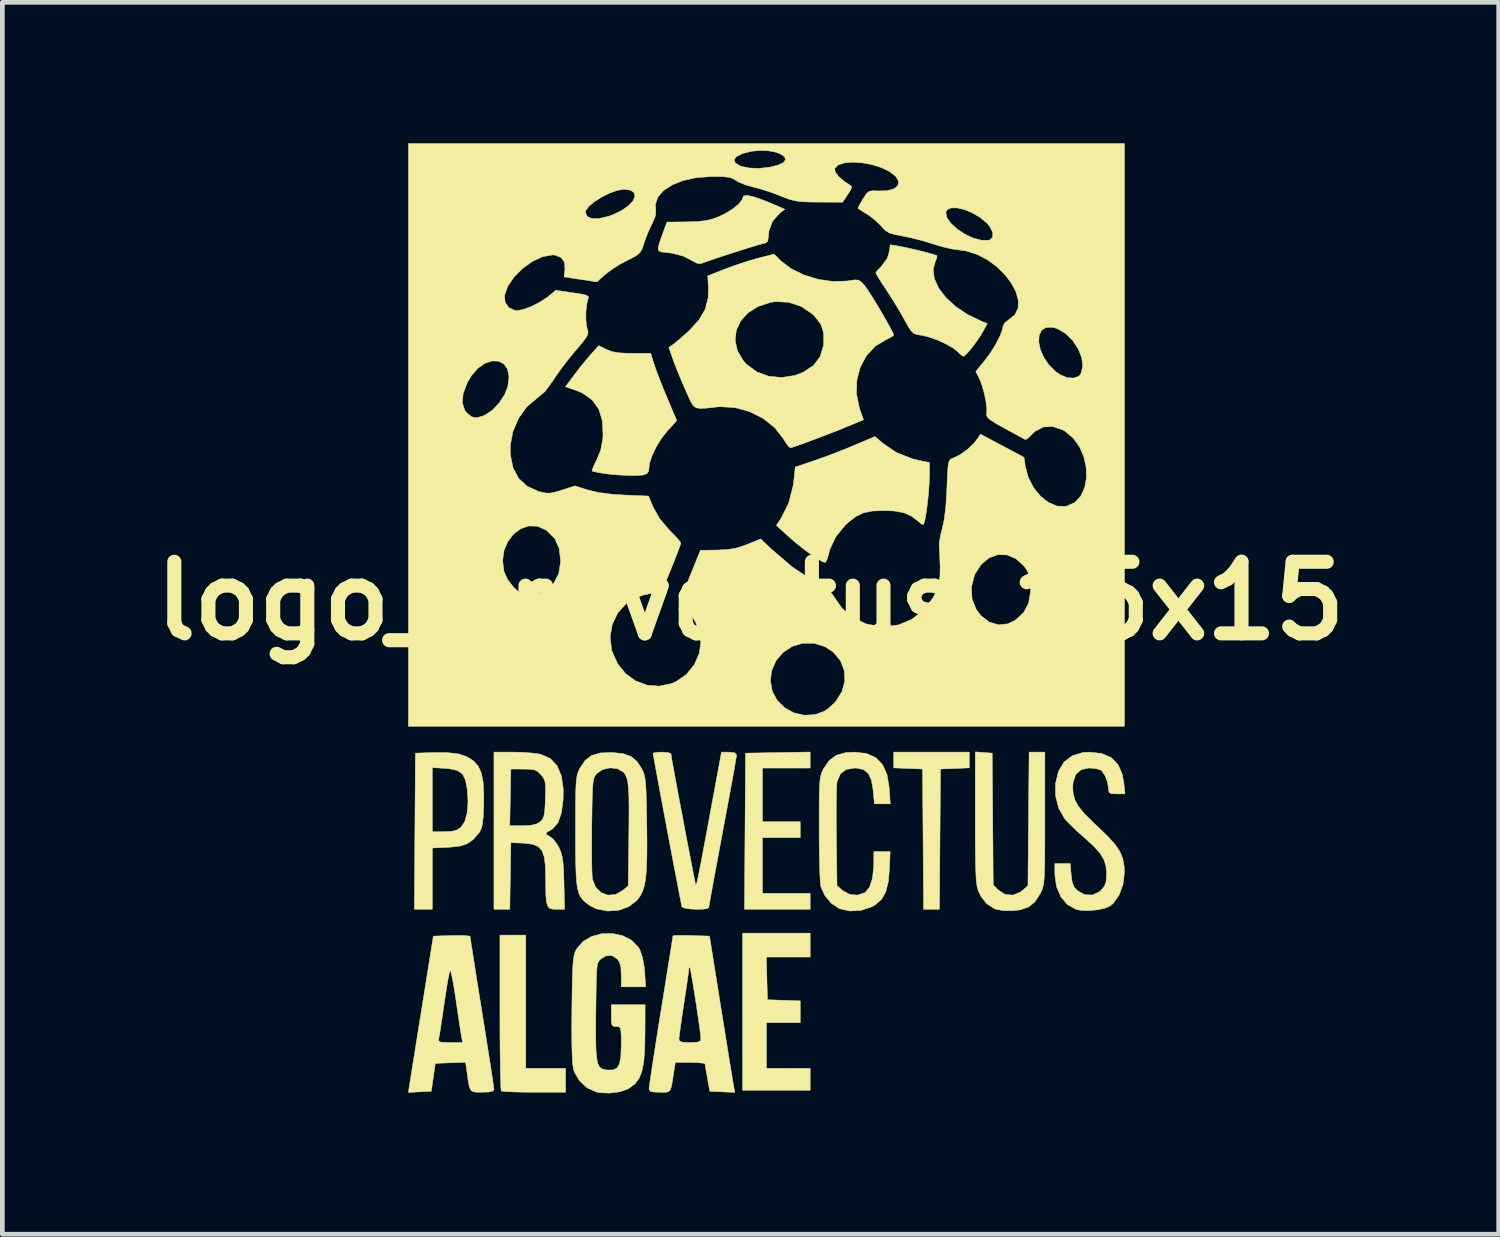
<source format=kicad_pcb>
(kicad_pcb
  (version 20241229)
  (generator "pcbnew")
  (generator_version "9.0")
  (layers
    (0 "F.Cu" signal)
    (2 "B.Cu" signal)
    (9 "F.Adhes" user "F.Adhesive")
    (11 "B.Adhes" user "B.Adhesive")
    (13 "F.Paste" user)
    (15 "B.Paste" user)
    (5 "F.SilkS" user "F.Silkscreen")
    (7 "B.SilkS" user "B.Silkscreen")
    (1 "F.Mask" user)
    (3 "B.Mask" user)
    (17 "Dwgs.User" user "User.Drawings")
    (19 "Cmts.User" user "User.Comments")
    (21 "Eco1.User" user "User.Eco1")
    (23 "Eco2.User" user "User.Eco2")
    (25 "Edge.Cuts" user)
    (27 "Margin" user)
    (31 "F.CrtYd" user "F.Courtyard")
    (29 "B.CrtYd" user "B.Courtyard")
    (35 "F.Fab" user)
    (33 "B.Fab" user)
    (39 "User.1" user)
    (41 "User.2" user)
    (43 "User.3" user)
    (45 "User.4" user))
  (footprint "logo_provectus_15x15"
    (layer "F.Cu")
    (at 12.925 9.742)
    (property "Reference" "logo_provectus_15x15" (at 0 0 0) (layer "F.SilkS") (effects (font (size 1.524 1.524) (thickness 0.3))))
    (attr through_hole)
    (fp_poly (pts (xy 4.657 3.552) (xy 4.35 3.565) (xy 4.043 3.577) (xy 4.021 6.562) (xy 3.684 6.562) (xy 3.673 5.069) (xy 3.662 3.577) (xy 3.048 3.552) (xy 3.048 3.217) (xy 4.657 3.217) (xy 4.657 3.552)) (stroke (width 0.01) (type solid)) (fill yes) (layer "F.SilkS"))
    (fp_poly (pts (xy 1.27 7.578) (xy 0.336 7.578) (xy 0.348 8.033) (xy 0.36 8.488) (xy 1.058 8.512) (xy 1.058 8.975) (xy 0.339 8.975) (xy 0.339 9.948) (xy 1.27 9.948) (xy 1.27 10.414) (xy -0.169 10.414) (xy -0.169 7.07) (xy 1.27 7.07) (xy 1.27 7.578)) (stroke (width 0.01) (type solid)) (fill yes) (layer "F.SilkS"))
    (fp_poly (pts (xy 1.27 3.556) (xy 0.254 3.556) (xy 0.254 4.699) (xy 1.058 4.699) (xy 1.058 5.038) (xy 0.254 5.038) (xy 0.254 6.223) (xy 1.27 6.223) (xy 1.27 6.562) (xy -0.128 6.562) (xy -0.117 4.9) (xy -0.106 3.239) (xy 0.582 3.227) (xy 1.27 3.215) (xy 1.27 3.556)) (stroke (width 0.01) (type solid)) (fill yes) (layer "F.SilkS"))
    (fp_poly (pts (xy -4.784 9.948) (xy -3.937 9.948) (xy -3.937 10.456) (xy -4.607 10.456) (xy -4.837 10.455) (xy -5.037 10.45) (xy -5.191 10.443) (xy -5.285 10.434) (xy -5.306 10.428) (xy -5.312 10.381) (xy -5.318 10.258) (xy -5.323 10.07) (xy -5.327 9.824) (xy -5.331 9.531) (xy -5.333 9.2) (xy -5.334 8.841) (xy -5.334 8.756) (xy -5.334 7.112) (xy -4.784 7.112) (xy -4.784 9.948)) (stroke (width 0.01) (type solid)) (fill yes) (layer "F.SilkS"))
    (fp_poly (pts (xy 4.964 3.225) (xy 5.144 3.239) (xy 5.155 4.641) (xy 5.166 6.043) (xy 5.277 6.154) (xy 5.422 6.247) (xy 5.583 6.261) (xy 5.743 6.197) (xy 5.787 6.163) (xy 5.905 6.061) (xy 5.93 3.217) (xy 6.265 3.217) (xy 6.265 4.627) (xy 6.265 5.01) (xy 6.264 5.318) (xy 6.262 5.56) (xy 6.258 5.747) (xy 6.252 5.888) (xy 6.242 5.992) (xy 6.229 6.069) (xy 6.212 6.129) (xy 6.19 6.182) (xy 6.17 6.222) (xy 6.055 6.402) (xy 5.917 6.515) (xy 5.736 6.575) (xy 5.577 6.592) (xy 5.378 6.589) (xy 5.222 6.561) (xy 5.186 6.547) (xy 5.026 6.443) (xy 4.906 6.289) (xy 4.849 6.17) (xy 4.83 6.114) (xy 4.816 6.036) (xy 4.804 5.927) (xy 4.796 5.78) (xy 4.79 5.583) (xy 4.786 5.329) (xy 4.784 5.009) (xy 4.784 4.613) (xy 4.784 3.212) (xy 4.964 3.225)) (stroke (width 0.01) (type solid)) (fill yes) (layer "F.SilkS"))
    (fp_poly (pts (xy 0.082 -8.599) (xy 0.29 -8.525) (xy 0.524 -8.428) (xy 0.73 -8.338) (xy 0.618 -8.251) (xy 0.471 -8.085) (xy 0.392 -7.881) (xy 0.381 -7.77) (xy 0.368 -7.66) (xy 0.325 -7.621) (xy 0.317 -7.62) (xy 0.262 -7.607) (xy 0.143 -7.573) (xy -0.023 -7.523) (xy -0.219 -7.461) (xy -0.43 -7.394) (xy -0.638 -7.326) (xy -0.826 -7.263) (xy -0.979 -7.21) (xy -1.058 -7.181) (xy -1.135 -7.187) (xy -1.228 -7.235) (xy -1.424 -7.338) (xy -1.669 -7.403) (xy -1.809 -7.419) (xy -1.898 -7.428) (xy -1.95 -7.45) (xy -1.966 -7.5) (xy -1.948 -7.592) (xy -1.898 -7.742) (xy -1.857 -7.853) (xy -1.779 -8.065) (xy -1.366 -8.069) (xy -1.132 -8.076) (xy -0.952 -8.097) (xy -0.796 -8.135) (xy -0.706 -8.168) (xy -0.535 -8.248) (xy -0.379 -8.345) (xy -0.255 -8.445) (xy -0.182 -8.535) (xy -0.169 -8.577) (xy -0.143 -8.624) (xy -0.06 -8.632) (xy 0.082 -8.599)) (stroke (width 0.01) (type solid)) (fill yes) (layer "F.SilkS"))
    (fp_poly (pts (xy -6.448 3.228) (xy -6.22 3.255) (xy -6.042 3.312) (xy -5.9 3.402) (xy -5.892 3.408) (xy -5.797 3.515) (xy -5.732 3.659) (xy -5.692 3.852) (xy -5.677 4.107) (xy -5.679 4.352) (xy -5.688 4.569) (xy -5.702 4.72) (xy -5.723 4.823) (xy -5.755 4.898) (xy -5.781 4.937) (xy -5.902 5.077) (xy -6.03 5.167) (xy -6.189 5.218) (xy -6.403 5.241) (xy -6.438 5.243) (xy -6.773 5.258) (xy -6.773 6.562) (xy -7.155 6.562) (xy -7.144 4.911) (xy -6.773 4.911) (xy -6.522 4.911) (xy -6.36 4.903) (xy -6.251 4.875) (xy -6.165 4.818) (xy -6.162 4.815) (xy -6.081 4.693) (xy -6.03 4.505) (xy -6.013 4.267) (xy -6.03 4.006) (xy -6.067 3.81) (xy -6.132 3.682) (xy -6.239 3.608) (xy -6.405 3.572) (xy -6.493 3.564) (xy -6.773 3.546) (xy -6.773 4.911) (xy -7.144 4.911) (xy -7.144 4.9) (xy -7.133 3.239) (xy -6.741 3.226) (xy -6.448 3.228)) (stroke (width 0.01) (type solid)) (fill yes) (layer "F.SilkS"))
    (fp_poly (pts (xy -3.066 -5.353) (xy -2.952 -5.309) (xy -2.815 -5.283) (xy -2.629 -5.272) (xy -2.513 -5.271) (xy -2.125 -5.271) (xy -2.052 -5.038) (xy -2.006 -4.904) (xy -1.935 -4.719) (xy -1.851 -4.507) (xy -1.774 -4.322) (xy -1.57 -3.839) (xy -1.777 -3.613) (xy -1.899 -3.457) (xy -2.01 -3.274) (xy -2.098 -3.09) (xy -2.15 -2.93) (xy -2.159 -2.859) (xy -2.167 -2.769) (xy -2.203 -2.712) (xy -2.28 -2.682) (xy -2.416 -2.672) (xy -2.555 -2.672) (xy -2.756 -2.679) (xy -2.959 -2.694) (xy -3.122 -2.714) (xy -3.13 -2.715) (xy -3.259 -2.738) (xy -3.349 -2.759) (xy -3.374 -2.768) (xy -3.364 -2.81) (xy -3.323 -2.904) (xy -3.272 -3.007) (xy -3.188 -3.213) (xy -3.146 -3.439) (xy -3.139 -3.523) (xy -3.152 -3.829) (xy -3.229 -4.081) (xy -3.371 -4.28) (xy -3.58 -4.427) (xy -3.724 -4.487) (xy -3.939 -4.56) (xy -3.754 -4.809) (xy -3.631 -4.969) (xy -3.498 -5.133) (xy -3.4 -5.247) (xy -3.231 -5.435) (xy -3.066 -5.353)) (stroke (width 0.01) (type solid)) (fill yes) (layer "F.SilkS"))
    (fp_poly (pts (xy 2.811 -3.361) (xy 3.104 -3.16) (xy 3.441 -3.027) (xy 3.567 -2.997) (xy 3.81 -2.946) (xy 3.809 -2.669) (xy 3.802 -2.489) (xy 3.787 -2.279) (xy 3.764 -2.064) (xy 3.738 -1.871) (xy 3.712 -1.725) (xy 3.7 -1.681) (xy 3.678 -1.629) (xy 3.644 -1.633) (xy 3.584 -1.685) (xy 3.428 -1.804) (xy 3.262 -1.879) (xy 3.059 -1.916) (xy 2.836 -1.925) (xy 2.594 -1.915) (xy 2.407 -1.877) (xy 2.246 -1.801) (xy 2.083 -1.675) (xy 2.018 -1.615) (xy 1.818 -1.372) (xy 1.688 -1.096) (xy 1.66 -0.988) (xy 1.629 -0.884) (xy 1.593 -0.824) (xy 1.586 -0.821) (xy 1.531 -0.837) (xy 1.434 -0.891) (xy 1.352 -0.944) (xy 1.13 -1.105) (xy 0.939 -1.258) (xy 0.737 -1.438) (xy 0.734 -1.441) (xy 0.55 -1.61) (xy 0.655 -1.768) (xy 0.812 -2.083) (xy 0.907 -2.453) (xy 0.924 -2.579) (xy 0.953 -2.85) (xy 1.355 -2.987) (xy 1.575 -3.065) (xy 1.831 -3.162) (xy 2.085 -3.263) (xy 2.203 -3.312) (xy 2.649 -3.501) (xy 2.811 -3.361)) (stroke (width 0.01) (type solid)) (fill yes) (layer "F.SilkS"))
    (fp_poly (pts (xy 3.149 -7.554) (xy 3.273 -7.53) (xy 3.43 -7.495) (xy 3.599 -7.455) (xy 3.758 -7.414) (xy 3.885 -7.379) (xy 3.959 -7.354) (xy 3.969 -7.348) (xy 3.965 -7.302) (xy 3.94 -7.245) (xy 3.888 -7.063) (xy 3.911 -6.866) (xy 4.002 -6.663) (xy 4.155 -6.461) (xy 4.363 -6.27) (xy 4.621 -6.097) (xy 4.921 -5.952) (xy 4.943 -5.943) (xy 5.039 -5.905) (xy 4.948 -5.736) (xy 4.876 -5.618) (xy 4.785 -5.487) (xy 4.689 -5.363) (xy 4.604 -5.265) (xy 4.544 -5.212) (xy 4.531 -5.207) (xy 4.484 -5.235) (xy 4.42 -5.298) (xy 4.313 -5.383) (xy 4.152 -5.475) (xy 3.964 -5.56) (xy 3.776 -5.625) (xy 3.637 -5.656) (xy 3.538 -5.672) (xy 3.469 -5.7) (xy 3.412 -5.757) (xy 3.348 -5.859) (xy 3.279 -5.983) (xy 3.176 -6.164) (xy 3.049 -6.375) (xy 2.92 -6.577) (xy 2.892 -6.62) (xy 2.795 -6.767) (xy 2.719 -6.888) (xy 2.674 -6.965) (xy 2.667 -6.984) (xy 2.695 -7.028) (xy 2.765 -7.104) (xy 2.795 -7.134) (xy 2.91 -7.294) (xy 2.949 -7.42) (xy 2.975 -7.583) (xy 3.149 -7.554)) (stroke (width 0.01) (type solid)) (fill yes) (layer "F.SilkS"))
    (fp_poly (pts (xy 2.463 3.245) (xy 2.663 3.332) (xy 2.809 3.48) (xy 2.905 3.694) (xy 2.952 3.976) (xy 2.954 4.005) (xy 2.974 4.318) (xy 2.637 4.318) (xy 2.611 4.036) (xy 2.575 3.818) (xy 2.509 3.673) (xy 2.406 3.589) (xy 2.257 3.557) (xy 2.215 3.556) (xy 2.037 3.586) (xy 1.915 3.679) (xy 1.846 3.836) (xy 1.841 3.861) (xy 1.835 3.942) (xy 1.83 4.093) (xy 1.826 4.303) (xy 1.825 4.556) (xy 1.826 4.839) (xy 1.828 5.031) (xy 1.841 6.061) (xy 1.96 6.163) (xy 2.112 6.246) (xy 2.28 6.261) (xy 2.435 6.207) (xy 2.444 6.201) (xy 2.535 6.089) (xy 2.595 5.905) (xy 2.623 5.659) (xy 2.624 5.577) (xy 2.625 5.334) (xy 2.972 5.334) (xy 2.957 5.704) (xy 2.932 5.981) (xy 2.879 6.191) (xy 2.791 6.347) (xy 2.661 6.463) (xy 2.581 6.509) (xy 2.358 6.584) (xy 2.119 6.599) (xy 1.9 6.552) (xy 1.882 6.544) (xy 1.719 6.434) (xy 1.583 6.271) (xy 1.5 6.086) (xy 1.494 6.063) (xy 1.485 5.978) (xy 1.477 5.822) (xy 1.47 5.608) (xy 1.464 5.35) (xy 1.461 5.061) (xy 1.461 4.826) (xy 1.461 4.495) (xy 1.462 4.237) (xy 1.466 4.041) (xy 1.472 3.895) (xy 1.482 3.789) (xy 1.497 3.71) (xy 1.517 3.648) (xy 1.544 3.591) (xy 1.558 3.565) (xy 1.677 3.393) (xy 1.826 3.284) (xy 2.021 3.229) (xy 2.206 3.217) (xy 2.463 3.245)) (stroke (width 0.01) (type solid)) (fill yes) (layer "F.SilkS"))
    (fp_poly (pts (xy -4.854 3.222) (xy -4.66 3.236) (xy -4.506 3.256) (xy -4.463 3.265) (xy -4.264 3.353) (xy -4.119 3.505) (xy -4.026 3.722) (xy -3.986 4.005) (xy -3.989 4.233) (xy -4.026 4.514) (xy -4.099 4.72) (xy -4.209 4.849) (xy -4.257 4.877) (xy -4.342 4.927) (xy -4.347 4.969) (xy -4.27 5.015) (xy -4.265 5.017) (xy -4.191 5.079) (xy -4.111 5.188) (xy -4.077 5.249) (xy -4.037 5.343) (xy -4.009 5.444) (xy -3.991 5.573) (xy -3.979 5.747) (xy -3.971 5.987) (xy -3.971 6.001) (xy -3.958 6.562) (xy -4.133 6.562) (xy -4.219 6.558) (xy -4.28 6.538) (xy -4.32 6.489) (xy -4.344 6.399) (xy -4.356 6.255) (xy -4.359 6.045) (xy -4.36 5.918) (xy -4.366 5.648) (xy -4.39 5.45) (xy -4.439 5.314) (xy -4.52 5.227) (xy -4.641 5.178) (xy -4.811 5.156) (xy -4.868 5.153) (xy -5.101 5.144) (xy -5.113 5.853) (xy -5.124 6.562) (xy -5.461 6.562) (xy -5.461 4.784) (xy -5.125 4.784) (xy -4.853 4.784) (xy -4.675 4.775) (xy -4.555 4.747) (xy -4.481 4.703) (xy -4.434 4.656) (xy -4.403 4.597) (xy -4.384 4.506) (xy -4.373 4.363) (xy -4.367 4.223) (xy -4.362 4.034) (xy -4.365 3.908) (xy -4.38 3.824) (xy -4.411 3.76) (xy -4.458 3.701) (xy -4.525 3.633) (xy -4.596 3.596) (xy -4.699 3.581) (xy -4.832 3.578) (xy -5.101 3.577) (xy -5.125 4.784) (xy -5.461 4.784) (xy -5.461 3.217) (xy -5.056 3.217) (xy -4.854 3.222)) (stroke (width 0.01) (type solid)) (fill yes) (layer "F.SilkS"))
    (fp_poly (pts (xy -0.337 3.231) (xy -0.296 3.274) (xy -0.296 3.274) (xy -0.304 3.328) (xy -0.326 3.455) (xy -0.359 3.646) (xy -0.404 3.892) (xy -0.457 4.183) (xy -0.518 4.51) (xy -0.584 4.863) (xy -0.593 4.911) (xy -0.659 5.266) (xy -0.72 5.595) (xy -0.775 5.888) (xy -0.82 6.137) (xy -0.856 6.333) (xy -0.879 6.464) (xy -0.889 6.524) (xy -0.889 6.526) (xy -0.927 6.549) (xy -1.022 6.561) (xy -1.148 6.563) (xy -1.28 6.556) (xy -1.391 6.54) (xy -1.454 6.516) (xy -1.46 6.509) (xy -1.471 6.458) (xy -1.495 6.335) (xy -1.531 6.152) (xy -1.575 5.919) (xy -1.627 5.648) (xy -1.684 5.349) (xy -1.744 5.033) (xy -1.804 4.712) (xy -1.863 4.397) (xy -1.919 4.098) (xy -1.969 3.827) (xy -2.012 3.595) (xy -2.045 3.413) (xy -2.067 3.292) (xy -2.074 3.243) (xy -2.074 3.243) (xy -2.036 3.228) (xy -1.941 3.218) (xy -1.884 3.217) (xy -1.77 3.224) (xy -1.702 3.243) (xy -1.693 3.253) (xy -1.686 3.305) (xy -1.665 3.428) (xy -1.632 3.608) (xy -1.591 3.835) (xy -1.542 4.096) (xy -1.489 4.379) (xy -1.433 4.674) (xy -1.378 4.968) (xy -1.324 5.248) (xy -1.274 5.505) (xy -1.232 5.724) (xy -1.198 5.895) (xy -1.175 6.007) (xy -1.165 6.046) (xy -1.158 6.043) (xy -1.149 6.019) (xy -1.135 5.966) (xy -1.115 5.878) (xy -1.089 5.745) (xy -1.053 5.562) (xy -1.008 5.321) (xy -0.95 5.015) (xy -0.88 4.636) (xy -0.843 4.434) (xy -0.618 3.217) (xy -0.457 3.217) (xy -0.337 3.231)) (stroke (width 0.01) (type solid)) (fill yes) (layer "F.SilkS"))
    (fp_poly (pts (xy -6.057 7.124) (xy -5.98 7.134) (xy -5.969 7.142) (xy -5.962 7.19) (xy -5.944 7.312) (xy -5.914 7.499) (xy -5.876 7.742) (xy -5.831 8.031) (xy -5.779 8.356) (xy -5.722 8.709) (xy -5.715 8.756) (xy -5.658 9.113) (xy -5.605 9.445) (xy -5.558 9.743) (xy -5.519 9.996) (xy -5.489 10.195) (xy -5.469 10.331) (xy -5.461 10.394) (xy -5.461 10.396) (xy -5.484 10.432) (xy -5.564 10.451) (xy -5.712 10.456) (xy -5.83 10.456) (xy -5.908 10.445) (xy -5.957 10.409) (xy -5.987 10.333) (xy -6.011 10.202) (xy -6.036 10.021) (xy -6.064 9.818) (xy -6.71 9.842) (xy -6.752 10.139) (xy -6.795 10.435) (xy -7.039 10.448) (xy -7.283 10.461) (xy -7.254 10.279) (xy -7.241 10.195) (xy -7.216 10.038) (xy -7.181 9.82) (xy -7.138 9.551) (xy -7.107 9.355) (xy -6.64 9.355) (xy -6.618 9.383) (xy -6.549 9.395) (xy -6.415 9.398) (xy -6.392 9.398) (xy -6.128 9.398) (xy -6.15 9.282) (xy -6.164 9.2) (xy -6.187 9.053) (xy -6.216 8.856) (xy -6.25 8.629) (xy -6.269 8.498) (xy -6.303 8.275) (xy -6.336 8.088) (xy -6.364 7.949) (xy -6.386 7.873) (xy -6.395 7.863) (xy -6.41 7.914) (xy -6.435 8.034) (xy -6.465 8.207) (xy -6.498 8.419) (xy -6.518 8.551) (xy -6.552 8.785) (xy -6.583 8.994) (xy -6.609 9.163) (xy -6.628 9.274) (xy -6.634 9.303) (xy -6.64 9.355) (xy -7.107 9.355) (xy -7.089 9.243) (xy -7.035 8.906) (xy -6.988 8.615) (xy -6.751 7.133) (xy -6.36 7.121) (xy -6.19 7.119) (xy -6.057 7.124)) (stroke (width 0.01) (type solid)) (fill yes) (layer "F.SilkS"))
    (fp_poly (pts (xy 7.472 3.246) (xy 7.677 3.333) (xy 7.823 3.482) (xy 7.915 3.694) (xy 7.946 3.873) (xy 7.971 4.106) (xy 7.795 4.106) (xy 7.683 4.101) (xy 7.633 4.075) (xy 7.62 4.016) (xy 7.62 4.007) (xy 7.6 3.86) (xy 7.548 3.72) (xy 7.478 3.619) (xy 7.449 3.597) (xy 7.357 3.57) (xy 7.229 3.556) (xy 7.203 3.556) (xy 7.038 3.59) (xy 6.925 3.69) (xy 6.867 3.853) (xy 6.858 3.968) (xy 6.869 4.111) (xy 6.907 4.242) (xy 6.981 4.374) (xy 7.101 4.521) (xy 7.275 4.696) (xy 7.396 4.81) (xy 7.609 5.014) (xy 7.762 5.185) (xy 7.864 5.338) (xy 7.925 5.489) (xy 7.953 5.654) (xy 7.958 5.78) (xy 7.929 6.031) (xy 7.847 6.256) (xy 7.722 6.434) (xy 7.658 6.489) (xy 7.539 6.541) (xy 7.369 6.576) (xy 7.181 6.591) (xy 7.007 6.581) (xy 6.928 6.563) (xy 6.746 6.462) (xy 6.605 6.297) (xy 6.513 6.08) (xy 6.478 5.824) (xy 6.478 5.81) (xy 6.477 5.588) (xy 6.805 5.588) (xy 6.825 5.828) (xy 6.846 5.983) (xy 6.885 6.084) (xy 6.956 6.163) (xy 6.96 6.167) (xy 7.114 6.252) (xy 7.277 6.258) (xy 7.429 6.187) (xy 7.466 6.154) (xy 7.534 6.07) (xy 7.568 5.976) (xy 7.578 5.837) (xy 7.578 5.809) (xy 7.566 5.649) (xy 7.524 5.509) (xy 7.443 5.373) (xy 7.311 5.225) (xy 7.119 5.049) (xy 7.1 5.033) (xy 6.951 4.9) (xy 6.814 4.769) (xy 6.712 4.662) (xy 6.685 4.631) (xy 6.56 4.411) (xy 6.493 4.151) (xy 6.491 3.89) (xy 6.554 3.628) (xy 6.673 3.429) (xy 6.847 3.295) (xy 7.072 3.226) (xy 7.207 3.217) (xy 7.472 3.246)) (stroke (width 0.01) (type solid)) (fill yes) (layer "F.SilkS"))
    (fp_poly (pts (xy -2.731 7.121) (xy -2.541 7.215) (xy -2.394 7.36) (xy -2.356 7.424) (xy -2.3 7.584) (xy -2.262 7.797) (xy -2.253 7.9) (xy -2.233 8.213) (xy -2.752 8.213) (xy -2.752 7.959) (xy -2.759 7.796) (xy -2.786 7.691) (xy -2.836 7.62) (xy -2.955 7.546) (xy -3.08 7.555) (xy -3.181 7.616) (xy -3.212 7.643) (xy -3.236 7.675) (xy -3.254 7.721) (xy -3.267 7.794) (xy -3.276 7.903) (xy -3.282 8.059) (xy -3.286 8.273) (xy -3.29 8.555) (xy -3.292 8.727) (xy -3.295 9.083) (xy -3.294 9.363) (xy -3.288 9.577) (xy -3.274 9.734) (xy -3.252 9.843) (xy -3.218 9.913) (xy -3.172 9.954) (xy -3.112 9.975) (xy -3.054 9.983) (xy -2.929 9.982) (xy -2.843 9.942) (xy -2.789 9.853) (xy -2.761 9.703) (xy -2.752 9.482) (xy -2.752 9.455) (xy -2.752 9.27) (xy -2.758 9.155) (xy -2.771 9.092) (xy -2.798 9.065) (xy -2.842 9.059) (xy -2.857 9.059) (xy -2.918 9.053) (xy -2.95 9.021) (xy -2.962 8.943) (xy -2.963 8.826) (xy -2.963 8.594) (xy -2.244 8.594) (xy -2.246 9.218) (xy -2.252 9.551) (xy -2.273 9.812) (xy -2.312 10.012) (xy -2.372 10.162) (xy -2.458 10.276) (xy -2.572 10.363) (xy -2.625 10.393) (xy -2.794 10.449) (xy -3.003 10.475) (xy -3.21 10.466) (xy -3.28 10.452) (xy -3.475 10.365) (xy -3.639 10.215) (xy -3.749 10.026) (xy -3.766 9.976) (xy -3.784 9.867) (xy -3.796 9.684) (xy -3.803 9.425) (xy -3.805 9.086) (xy -3.802 8.678) (xy -3.798 8.337) (xy -3.793 8.071) (xy -3.787 7.867) (xy -3.778 7.716) (xy -3.767 7.606) (xy -3.752 7.526) (xy -3.733 7.467) (xy -3.707 7.416) (xy -3.703 7.408) (xy -3.567 7.249) (xy -3.383 7.141) (xy -3.17 7.083) (xy -2.947 7.077) (xy -2.731 7.121)) (stroke (width 0.01) (type solid)) (fill yes) (layer "F.SilkS"))
    (fp_poly (pts (xy -1.354 7.119) (xy -1.262 7.121) (xy -0.873 7.133) (xy -0.63 8.657) (xy -0.573 9.012) (xy -0.519 9.345) (xy -0.471 9.647) (xy -0.429 9.905) (xy -0.395 10.111) (xy -0.372 10.254) (xy -0.36 10.321) (xy -0.334 10.46) (xy -0.601 10.448) (xy -0.868 10.435) (xy -0.916 10.16) (xy -0.942 10.015) (xy -0.961 9.904) (xy -0.969 9.853) (xy -1.01 9.838) (xy -1.115 9.827) (xy -1.262 9.821) (xy -1.287 9.821) (xy -1.601 9.821) (xy -1.629 10.001) (xy -1.659 10.201) (xy -1.683 10.332) (xy -1.709 10.409) (xy -1.748 10.446) (xy -1.808 10.457) (xy -1.9 10.457) (xy -1.931 10.456) (xy -2.064 10.452) (xy -2.133 10.435) (xy -2.157 10.398) (xy -2.159 10.377) (xy -2.152 10.318) (xy -2.134 10.185) (xy -2.104 9.989) (xy -2.066 9.738) (xy -2.02 9.442) (xy -2.001 9.324) (xy -1.523 9.324) (xy -1.51 9.367) (xy -1.456 9.39) (xy -1.343 9.398) (xy -1.291 9.398) (xy -1.157 9.394) (xy -1.087 9.379) (xy -1.061 9.344) (xy -1.058 9.311) (xy -1.064 9.235) (xy -1.081 9.099) (xy -1.106 8.918) (xy -1.137 8.71) (xy -1.17 8.49) (xy -1.204 8.275) (xy -1.236 8.082) (xy -1.263 7.927) (xy -1.283 7.826) (xy -1.292 7.795) (xy -1.311 7.81) (xy -1.313 7.835) (xy -1.32 7.896) (xy -1.337 8.024) (xy -1.363 8.206) (xy -1.396 8.423) (xy -1.418 8.572) (xy -1.454 8.807) (xy -1.484 9.016) (xy -1.507 9.183) (xy -1.521 9.292) (xy -1.523 9.324) (xy -2.001 9.324) (xy -1.968 9.111) (xy -1.911 8.756) (xy -1.905 8.721) (xy -1.848 8.366) (xy -1.795 8.038) (xy -1.749 7.747) (xy -1.709 7.501) (xy -1.679 7.31) (xy -1.659 7.182) (xy -1.651 7.128) (xy -1.651 7.127) (xy -1.612 7.12) (xy -1.507 7.117) (xy -1.354 7.119)) (stroke (width 0.01) (type solid)) (fill yes) (layer "F.SilkS"))
    (fp_poly (pts (xy -2.934 3.226) (xy -2.708 3.251) (xy -2.542 3.31) (xy -2.417 3.414) (xy -2.312 3.576) (xy -2.31 3.58) (xy -2.282 3.639) (xy -2.261 3.704) (xy -2.244 3.788) (xy -2.232 3.902) (xy -2.223 4.058) (xy -2.217 4.266) (xy -2.211 4.541) (xy -2.208 4.763) (xy -2.204 5.15) (xy -2.206 5.463) (xy -2.215 5.713) (xy -2.233 5.909) (xy -2.26 6.062) (xy -2.299 6.183) (xy -2.35 6.281) (xy -2.415 6.367) (xy -2.42 6.373) (xy -2.59 6.506) (xy -2.806 6.584) (xy -3.045 6.6) (xy -3.281 6.553) (xy -3.41 6.489) (xy -3.509 6.419) (xy -3.569 6.36) (xy -3.618 6.296) (xy -3.655 6.219) (xy -3.682 6.117) (xy -3.702 5.981) (xy -3.714 5.8) (xy -3.721 5.565) (xy -3.724 5.338) (xy -3.381 5.338) (xy -3.379 5.574) (xy -3.375 5.76) (xy -3.369 5.884) (xy -3.365 5.921) (xy -3.298 6.09) (xy -3.182 6.206) (xy -3.035 6.261) (xy -2.875 6.249) (xy -2.722 6.163) (xy -2.603 6.061) (xy -2.59 5.031) (xy -2.587 4.667) (xy -2.586 4.377) (xy -2.589 4.153) (xy -2.598 3.983) (xy -2.612 3.858) (xy -2.633 3.768) (xy -2.661 3.703) (xy -2.697 3.653) (xy -2.712 3.638) (xy -2.835 3.569) (xy -2.991 3.552) (xy -3.147 3.587) (xy -3.263 3.665) (xy -3.295 3.702) (xy -3.32 3.741) (xy -3.339 3.794) (xy -3.352 3.871) (xy -3.361 3.985) (xy -3.368 4.146) (xy -3.373 4.366) (xy -3.377 4.655) (xy -3.379 4.776) (xy -3.381 5.068) (xy -3.381 5.338) (xy -3.724 5.338) (xy -3.725 5.265) (xy -3.725 4.9) (xy -3.725 4.556) (xy -3.724 4.285) (xy -3.721 4.078) (xy -3.715 3.922) (xy -3.706 3.807) (xy -3.693 3.722) (xy -3.675 3.657) (xy -3.651 3.599) (xy -3.63 3.558) (xy -3.52 3.393) (xy -3.381 3.288) (xy -3.197 3.235) (xy -2.953 3.225) (xy -2.934 3.226)) (stroke (width 0.01) (type solid)) (fill yes) (layer "F.SilkS"))
    (fp_poly (pts (xy 0.641 -7.243) (xy 0.86 -7.075) (xy 1.135 -6.94) (xy 1.44 -6.846) (xy 1.753 -6.801) (xy 2.047 -6.81) (xy 2.074 -6.814) (xy 2.21 -6.834) (xy 2.292 -6.831) (xy 2.352 -6.797) (xy 2.417 -6.728) (xy 2.472 -6.653) (xy 2.554 -6.529) (xy 2.652 -6.372) (xy 2.756 -6.199) (xy 2.858 -6.025) (xy 2.946 -5.869) (xy 3.012 -5.745) (xy 3.046 -5.672) (xy 3.048 -5.661) (xy 3.013 -5.628) (xy 2.925 -5.581) (xy 2.889 -5.565) (xy 2.655 -5.424) (xy 2.469 -5.224) (xy 2.337 -4.979) (xy 2.264 -4.702) (xy 2.255 -4.407) (xy 2.317 -4.109) (xy 2.324 -4.086) (xy 2.405 -3.857) (xy 2.081 -3.722) (xy 1.908 -3.651) (xy 1.708 -3.573) (xy 1.498 -3.492) (xy 1.293 -3.415) (xy 1.109 -3.347) (xy 0.962 -3.295) (xy 0.868 -3.265) (xy 0.845 -3.26) (xy 0.807 -3.293) (xy 0.745 -3.379) (xy 0.7 -3.451) (xy 0.514 -3.69) (xy 0.267 -3.886) (xy -0.022 -4.032) (xy -0.335 -4.117) (xy -0.656 -4.135) (xy -0.713 -4.13) (xy -0.92 -4.107) (xy -1.061 -4.098) (xy -1.154 -4.111) (xy -1.219 -4.157) (xy -1.274 -4.246) (xy -1.338 -4.387) (xy -1.382 -4.487) (xy -1.47 -4.691) (xy -1.556 -4.898) (xy -1.626 -5.077) (xy -1.65 -5.144) (xy -1.739 -5.397) (xy -1.647 -5.461) (xy -1.572 -5.52) (xy -1.541 -5.547) (xy -0.327 -5.547) (xy -0.28 -5.329) (xy -0.157 -5.119) (xy -0.084 -5.037) (xy 0.133 -4.877) (xy 0.389 -4.783) (xy 0.667 -4.757) (xy 0.948 -4.802) (xy 1.125 -4.87) (xy 1.339 -5.012) (xy 1.481 -5.199) (xy 1.552 -5.431) (xy 1.558 -5.485) (xy 1.554 -5.712) (xy 1.494 -5.895) (xy 1.365 -6.061) (xy 1.309 -6.115) (xy 1.079 -6.269) (xy 0.814 -6.357) (xy 0.538 -6.373) (xy 0.426 -6.357) (xy 0.158 -6.268) (xy -0.056 -6.132) (xy -0.211 -5.959) (xy -0.303 -5.76) (xy -0.327 -5.547) (xy -1.541 -5.547) (xy -1.458 -5.618) (xy -1.328 -5.734) (xy -1.311 -5.749) (xy -1.1 -5.978) (xy -0.965 -6.208) (xy -0.901 -6.456) (xy -0.896 -6.662) (xy -0.91 -6.921) (xy -0.55 -7.063) (xy -0.333 -7.143) (xy -0.09 -7.224) (xy 0.129 -7.288) (xy 0.155 -7.295) (xy 0.5 -7.384) (xy 0.641 -7.243)) (stroke (width 0.01) (type solid)) (fill yes) (layer "F.SilkS"))
    (fp_poly (pts (xy 7.959 2.667) (xy -7.281 2.667) (xy -7.281 -0.862) (xy -5.277 -0.862) (xy -5.249 -0.633) (xy -5.248 -0.631) (xy -5.17 -0.456) (xy -5.043 -0.292) (xy -5.039 -0.287) (xy -4.929 -0.189) (xy -4.835 -0.142) (xy -4.719 -0.127) (xy -4.689 -0.127) (xy -4.47 -0.165) (xy -4.358 -0.222) (xy -4.186 -0.381) (xy -4.082 -0.582) (xy -4.044 -0.833) (xy -4.043 -0.868) (xy -4.074 -1.126) (xy -4.169 -1.332) (xy -4.333 -1.495) (xy -4.358 -1.513) (xy -4.539 -1.592) (xy -4.72 -1.597) (xy -4.891 -1.538) (xy -5.043 -1.425) (xy -5.164 -1.268) (xy -5.246 -1.077) (xy -5.277 -0.862) (xy -7.281 -0.862) (xy -7.281 -4.215) (xy -6.134 -4.215) (xy -6.08 -4.054) (xy -6.034 -3.999) (xy -5.938 -3.921) (xy -5.841 -3.899) (xy -5.714 -3.931) (xy -5.658 -3.953) (xy -5.505 -4.052) (xy -5.357 -4.206) (xy -5.236 -4.388) (xy -5.167 -4.559) (xy -5.14 -4.771) (xy -5.172 -4.933) (xy -5.249 -5.045) (xy -5.363 -5.104) (xy -5.5 -5.109) (xy -5.65 -5.061) (xy -5.801 -4.956) (xy -5.942 -4.795) (xy -6.028 -4.65) (xy -6.117 -4.415) (xy -6.134 -4.215) (xy -7.281 -4.215) (xy -7.281 -6.502) (xy -5.236 -6.502) (xy -5.223 -6.355) (xy -5.143 -6.243) (xy -5.014 -6.185) (xy -4.964 -6.181) (xy -4.832 -6.206) (xy -4.662 -6.27) (xy -4.484 -6.361) (xy -4.324 -6.465) (xy -4.286 -6.496) (xy -4.147 -6.613) (xy -3.786 -6.561) (xy -3.61 -6.534) (xy -3.505 -6.511) (xy -3.457 -6.485) (xy -3.45 -6.453) (xy -3.455 -6.44) (xy -3.486 -6.322) (xy -3.503 -6.158) (xy -3.504 -5.984) (xy -3.488 -5.838) (xy -3.477 -5.797) (xy -3.46 -5.737) (xy -3.463 -5.683) (xy -3.493 -5.617) (xy -3.559 -5.526) (xy -3.668 -5.394) (xy -3.741 -5.31) (xy -3.887 -5.132) (xy -4.03 -4.946) (xy -4.149 -4.777) (xy -4.201 -4.696) (xy -4.374 -4.46) (xy -4.545 -4.317) (xy -4.763 -4.132) (xy -4.937 -3.889) (xy -5.057 -3.608) (xy -5.114 -3.31) (xy -5.114 -3.121) (xy -5.056 -2.838) (xy -4.937 -2.611) (xy -4.756 -2.443) (xy -4.513 -2.332) (xy -4.481 -2.323) (xy -4.363 -2.298) (xy -4.261 -2.296) (xy -4.141 -2.321) (xy -4.012 -2.361) (xy -3.738 -2.45) (xy -3.467 -2.364) (xy -3.23 -2.307) (xy -2.927 -2.27) (xy -2.683 -2.255) (xy -2.17 -2.233) (xy -2.072 -1.995) (xy -1.938 -1.757) (xy -1.733 -1.515) (xy -1.728 -1.51) (xy -1.614 -1.393) (xy -1.528 -1.298) (xy -1.484 -1.242) (xy -1.482 -1.235) (xy -1.496 -1.187) (xy -1.537 -1.076) (xy -1.598 -0.917) (xy -1.674 -0.726) (xy -1.696 -0.671) (xy -1.785 -0.454) (xy -1.851 -0.305) (xy -1.901 -0.213) (xy -1.941 -0.167) (xy -1.977 -0.155) (xy -1.991 -0.157) (xy -2.12 -0.161) (xy -2.287 -0.124) (xy -2.461 -0.059) (xy -2.611 0.027) (xy -2.641 0.049) (xy -2.825 0.253) (xy -2.943 0.498) (xy -2.989 0.765) (xy -2.957 1.038) (xy -2.948 1.071) (xy -2.829 1.336) (xy -2.656 1.549) (xy -2.443 1.703) (xy -2.201 1.792) (xy -1.943 1.812) (xy -1.68 1.757) (xy -1.579 1.713) (xy -1.547 1.69) (xy 0.423 1.69) (xy 0.462 1.918) (xy 0.567 2.115) (xy 0.725 2.272) (xy 0.921 2.38) (xy 1.141 2.432) (xy 1.371 2.419) (xy 1.564 2.35) (xy 1.665 2.28) (xy 1.778 2.178) (xy 1.812 2.141) (xy 1.947 1.93) (xy 2.007 1.705) (xy 1.995 1.48) (xy 1.913 1.27) (xy 1.765 1.091) (xy 1.585 0.972) (xy 1.346 0.899) (xy 1.109 0.9) (xy 0.887 0.967) (xy 0.694 1.093) (xy 0.544 1.268) (xy 0.45 1.485) (xy 0.423 1.69) (xy -1.547 1.69) (xy -1.363 1.562) (xy -1.196 1.356) (xy -1.091 1.115) (xy -1.058 0.886) (xy -1.088 0.68) (xy -1.167 0.458) (xy -1.279 0.261) (xy -1.332 0.195) (xy -1.417 0.094) (xy -1.47 0.013) (xy -1.48 -0.016) (xy -1.464 -0.071) (xy -1.422 -0.189) (xy -1.36 -0.351) (xy -1.284 -0.543) (xy -1.272 -0.572) (xy -1.067 -1.079) (xy -0.714 -1.084) (xy -0.491 -1.094) (xy -0.31 -1.124) (xy -0.128 -1.182) (xy -0.071 -1.204) (xy 0.217 -1.32) (xy 0.458 -1.092) (xy 0.89 -0.723) (xy 1.324 -0.436) (xy 1.432 -0.377) (xy 1.611 -0.27) (xy 1.726 -0.165) (xy 1.778 -0.087) (xy 1.952 0.161) (xy 2.182 0.355) (xy 2.455 0.486) (xy 2.756 0.546) (xy 2.836 0.548) (xy 3.15 0.509) (xy 3.431 0.392) (xy 3.676 0.201) (xy 3.879 -0.06) (xy 3.929 -0.148) (xy 3.98 -0.261) (xy 3.988 -0.291) (xy 4.701 -0.291) (xy 4.715 -0.045) (xy 4.805 0.181) (xy 4.903 0.311) (xy 5.081 0.448) (xy 5.276 0.507) (xy 5.477 0.487) (xy 5.634 0.411) (xy 5.811 0.25) (xy 5.919 0.049) (xy 5.96 -0.199) (xy 5.959 -0.305) (xy 5.945 -0.473) (xy 5.916 -0.59) (xy 5.861 -0.69) (xy 5.815 -0.749) (xy 5.646 -0.903) (xy 5.459 -0.981) (xy 5.266 -0.986) (xy 5.08 -0.919) (xy 4.915 -0.785) (xy 4.784 -0.584) (xy 4.765 -0.541) (xy 4.701 -0.291) (xy 3.988 -0.291) (xy 4.013 -0.384) (xy 4.032 -0.534) (xy 4.036 -0.727) (xy 4.027 -0.978) (xy 4.015 -1.175) (xy 4.023 -1.278) (xy 4.051 -1.425) (xy 4.083 -1.545) (xy 4.126 -1.751) (xy 4.159 -2.035) (xy 4.179 -2.39) (xy 4.18 -2.401) (xy 4.189 -2.639) (xy 4.199 -2.805) (xy 4.211 -2.914) (xy 4.228 -2.979) (xy 4.252 -3.013) (xy 4.286 -3.03) (xy 4.291 -3.032) (xy 4.447 -3.106) (xy 4.614 -3.223) (xy 4.754 -3.355) (xy 4.801 -3.414) (xy 4.894 -3.551) (xy 5.357 -3.305) (xy 5.821 -3.058) (xy 5.848 -2.87) (xy 5.912 -2.63) (xy 6.024 -2.413) (xy 6.172 -2.231) (xy 6.344 -2.096) (xy 6.527 -2.019) (xy 6.709 -2.014) (xy 6.727 -2.017) (xy 6.902 -2.097) (xy 7.03 -2.233) (xy 7.112 -2.412) (xy 7.15 -2.62) (xy 7.144 -2.843) (xy 7.095 -3.068) (xy 7.003 -3.28) (xy 6.87 -3.466) (xy 6.696 -3.612) (xy 6.637 -3.646) (xy 6.428 -3.714) (xy 6.233 -3.703) (xy 6.061 -3.615) (xy 5.999 -3.556) (xy 5.919 -3.477) (xy 5.861 -3.437) (xy 5.85 -3.437) (xy 5.802 -3.461) (xy 5.697 -3.518) (xy 5.551 -3.597) (xy 5.412 -3.673) (xy 5.229 -3.775) (xy 5.112 -3.849) (xy 5.047 -3.904) (xy 5.024 -3.95) (xy 5.026 -3.981) (xy 5.03 -4.085) (xy 5.012 -4.24) (xy 4.976 -4.417) (xy 4.928 -4.589) (xy 4.875 -4.727) (xy 4.87 -4.738) (xy 4.795 -4.884) (xy 4.986 -5.118) (xy 5.111 -5.288) (xy 5.223 -5.47) (xy 5.244 -5.511) (xy 6.136 -5.511) (xy 6.169 -5.352) (xy 6.241 -5.186) (xy 6.35 -5.026) (xy 6.492 -4.885) (xy 6.583 -4.821) (xy 6.733 -4.756) (xy 6.876 -4.744) (xy 6.987 -4.783) (xy 7.031 -4.832) (xy 7.072 -4.993) (xy 7.05 -5.178) (xy 6.975 -5.367) (xy 6.857 -5.545) (xy 6.707 -5.694) (xy 6.536 -5.795) (xy 6.425 -5.827) (xy 6.285 -5.821) (xy 6.192 -5.758) (xy 6.143 -5.65) (xy 6.136 -5.511) (xy 5.244 -5.511) (xy 5.312 -5.644) (xy 5.365 -5.787) (xy 5.376 -5.851) (xy 5.411 -5.92) (xy 5.494 -5.985) (xy 5.497 -5.987) (xy 5.629 -6.093) (xy 5.695 -6.233) (xy 5.7 -6.397) (xy 5.652 -6.576) (xy 5.556 -6.76) (xy 5.42 -6.941) (xy 5.25 -7.11) (xy 5.053 -7.256) (xy 4.835 -7.372) (xy 4.603 -7.447) (xy 4.44 -7.471) (xy 4.284 -7.493) (xy 4.09 -7.538) (xy 3.9 -7.595) (xy 3.895 -7.597) (xy 3.682 -7.663) (xy 3.44 -7.725) (xy 3.244 -7.766) (xy 3.071 -7.799) (xy 2.957 -7.834) (xy 2.876 -7.882) (xy 2.805 -7.953) (xy 2.786 -7.976) (xy 2.669 -8.093) (xy 2.524 -8.205) (xy 2.473 -8.238) (xy 2.419 -8.271) (xy 4.157 -8.271) (xy 4.18 -8.157) (xy 4.268 -8.034) (xy 4.403 -7.913) (xy 4.567 -7.806) (xy 4.743 -7.724) (xy 4.914 -7.678) (xy 5.061 -7.677) (xy 5.098 -7.688) (xy 5.156 -7.747) (xy 5.155 -7.845) (xy 5.098 -7.963) (xy 5.027 -8.047) (xy 4.881 -8.168) (xy 4.715 -8.265) (xy 4.547 -8.333) (xy 4.391 -8.368) (xy 4.264 -8.366) (xy 4.18 -8.323) (xy 4.157 -8.271) (xy 2.419 -8.271) (xy 2.367 -8.303) (xy 2.299 -8.35) (xy 2.286 -8.363) (xy 2.306 -8.405) (xy 2.357 -8.495) (xy 2.396 -8.56) (xy 2.465 -8.668) (xy 2.525 -8.719) (xy 2.607 -8.733) (xy 2.703 -8.728) (xy 2.902 -8.732) (xy 3.049 -8.77) (xy 3.135 -8.837) (xy 3.154 -8.926) (xy 3.097 -9.031) (xy 3.089 -9.04) (xy 2.956 -9.143) (xy 2.781 -9.227) (xy 2.58 -9.289) (xy 2.37 -9.327) (xy 2.169 -9.34) (xy 1.994 -9.324) (xy 1.862 -9.279) (xy 1.791 -9.202) (xy 1.804 -9.128) (xy 1.878 -9.032) (xy 1.998 -8.93) (xy 2.098 -8.865) (xy 2.144 -8.832) (xy 2.15 -8.792) (xy 2.114 -8.721) (xy 2.069 -8.653) (xy 1.96 -8.488) (xy 1.456 -8.49) (xy 1.233 -8.492) (xy 1.069 -8.501) (xy 0.94 -8.519) (xy 0.821 -8.552) (xy 0.686 -8.602) (xy 0.635 -8.623) (xy 0.442 -8.696) (xy 0.238 -8.763) (xy 0.067 -8.808) (xy 0.064 -8.809) (xy -0.096 -8.854) (xy -0.24 -8.911) (xy -0.311 -8.951) (xy -0.38 -8.993) (xy -0.463 -9.018) (xy -0.579 -9.031) (xy -0.751 -9.035) (xy -0.84 -9.034) (xy -1.151 -9.011) (xy -1.429 -8.951) (xy -1.664 -8.858) (xy -1.848 -8.739) (xy -1.971 -8.599) (xy -2.025 -8.443) (xy -2.016 -8.324) (xy -2.024 -8.197) (xy -2.092 -8.037) (xy -2.165 -7.884) (xy -2.237 -7.705) (xy -2.265 -7.62) (xy -2.306 -7.498) (xy -2.351 -7.418) (xy -2.42 -7.357) (xy -2.534 -7.294) (xy -2.62 -7.253) (xy -2.795 -7.158) (xy -2.968 -7.047) (xy -3.087 -6.955) (xy -3.271 -6.792) (xy -3.614 -6.844) (xy -3.773 -6.868) (xy -3.896 -6.887) (xy -3.961 -6.897) (xy -3.966 -6.898) (xy -3.965 -6.936) (xy -3.953 -7.028) (xy -3.95 -7.049) (xy -3.957 -7.205) (xy -4.032 -7.312) (xy -4.167 -7.363) (xy -4.217 -7.366) (xy -4.425 -7.329) (xy -4.643 -7.228) (xy -4.852 -7.078) (xy -5.033 -6.897) (xy -5.167 -6.698) (xy -5.236 -6.502) (xy -7.281 -6.502) (xy -7.281 -8.276) (xy -3.514 -8.276) (xy -3.479 -8.185) (xy -3.38 -8.14) (xy -3.227 -8.14) (xy -3.025 -8.187) (xy -2.946 -8.215) (xy -2.752 -8.305) (xy -2.603 -8.407) (xy -2.505 -8.511) (xy -2.46 -8.608) (xy -2.475 -8.689) (xy -2.553 -8.744) (xy -2.691 -8.763) (xy -2.832 -8.741) (xy -2.997 -8.682) (xy -3.166 -8.599) (xy -3.32 -8.501) (xy -3.44 -8.402) (xy -3.506 -8.311) (xy -3.514 -8.276) (xy -7.281 -8.276) (xy -7.281 -9.391) (xy -0.35 -9.391) (xy -0.324 -9.322) (xy -0.205 -9.254) (xy -0.028 -9.216) (xy 0.183 -9.208) (xy 0.408 -9.233) (xy 0.578 -9.275) (xy 0.698 -9.33) (xy 0.744 -9.391) (xy 0.726 -9.451) (xy 0.654 -9.507) (xy 0.539 -9.552) (xy 0.39 -9.581) (xy 0.218 -9.59) (xy 0.032 -9.574) (xy 0.003 -9.568) (xy -0.18 -9.52) (xy -0.3 -9.459) (xy -0.35 -9.391) (xy -7.281 -9.391) (xy -7.281 -9.737) (xy 7.959 -9.737) (xy 7.959 2.667)) (stroke (width 0.01) (type solid)) (fill yes) (layer "F.SilkS")))
  (gr_rect
    (start -3 -3)
    (end 28.85 23.221)
    (stroke (width 0.1) (type default))
    (fill no)
    (layer "Edge.Cuts")))
</source>
